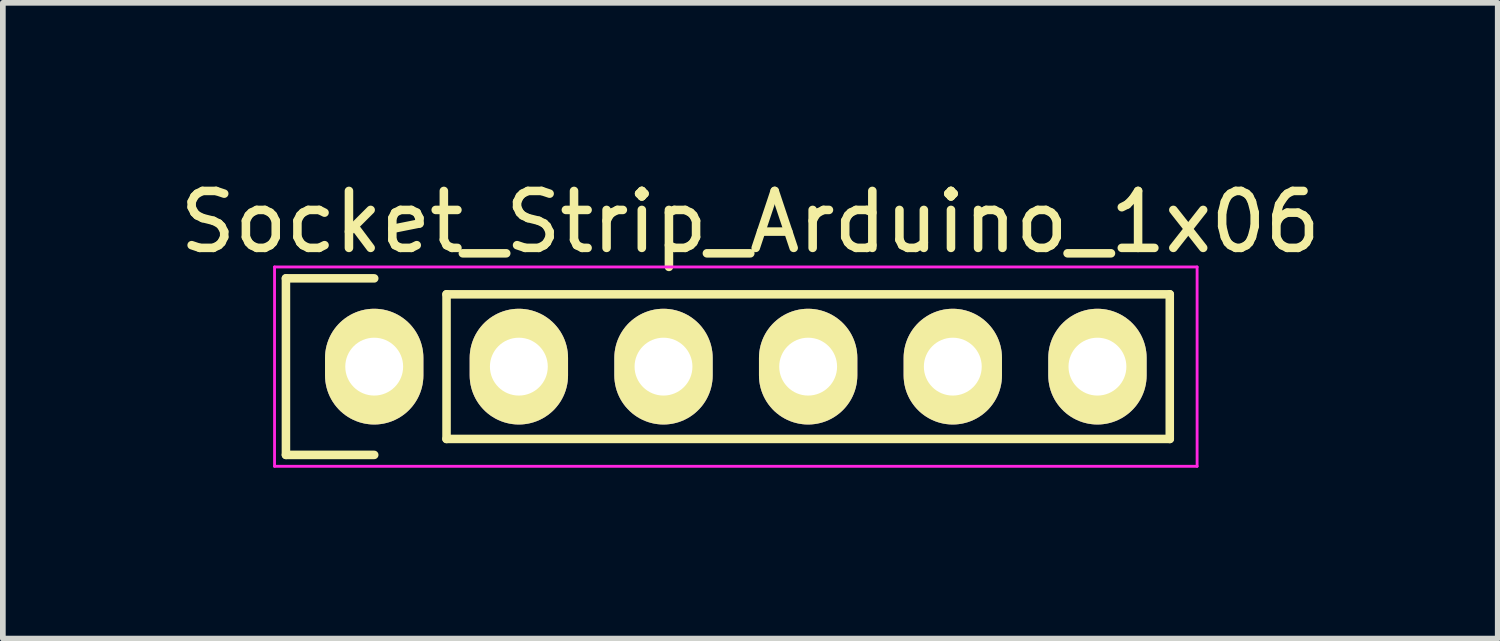
<source format=kicad_pcb>
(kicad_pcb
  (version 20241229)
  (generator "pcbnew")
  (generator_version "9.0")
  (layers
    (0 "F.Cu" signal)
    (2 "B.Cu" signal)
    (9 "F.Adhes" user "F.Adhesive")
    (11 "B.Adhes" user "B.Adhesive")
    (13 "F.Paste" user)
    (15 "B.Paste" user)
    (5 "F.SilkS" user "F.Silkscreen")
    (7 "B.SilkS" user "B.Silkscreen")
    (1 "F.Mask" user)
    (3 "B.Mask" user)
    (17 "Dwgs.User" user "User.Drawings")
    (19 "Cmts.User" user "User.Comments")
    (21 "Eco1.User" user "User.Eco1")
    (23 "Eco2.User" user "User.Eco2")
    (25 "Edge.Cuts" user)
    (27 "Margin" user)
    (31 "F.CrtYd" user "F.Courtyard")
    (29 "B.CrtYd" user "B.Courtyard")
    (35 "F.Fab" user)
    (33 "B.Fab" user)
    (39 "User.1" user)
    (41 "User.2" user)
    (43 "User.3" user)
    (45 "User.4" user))
  (footprint "Socket_Strip_Arduino_1x06"
    (layer "F.Cu")
    (at 3.521 3.388)
    (property "Reference" "Socket_Strip_Arduino_1x06" (at 6.604 -2.54 0) (layer "F.SilkS") (effects (font (size 1 1) (thickness 0.15))))
    (attr through_hole)
    (fp_line (start -1.55 -1.55) (end -1.55 1.55) (stroke (width 0.15) (type solid)) (layer "F.SilkS"))
    (fp_line (start -1.55 1.55) (end 0 1.55) (stroke (width 0.15) (type solid)) (layer "F.SilkS"))
    (fp_line (start 0 -1.55) (end -1.55 -1.55) (stroke (width 0.15) (type solid)) (layer "F.SilkS"))
    (fp_line (start 1.27 1.27) (end 1.27 -1.27) (stroke (width 0.15) (type solid)) (layer "F.SilkS"))
    (fp_line (start 1.27 1.27) (end 13.97 1.27) (stroke (width 0.15) (type solid)) (layer "F.SilkS"))
    (fp_line (start 13.97 -1.27) (end 1.27 -1.27) (stroke (width 0.15) (type solid)) (layer "F.SilkS"))
    (fp_line (start 13.97 1.27) (end 13.97 -1.27) (stroke (width 0.15) (type solid)) (layer "F.SilkS"))
    (fp_line (start -1.75 -1.75) (end -1.75 1.75) (stroke (width 0.05) (type solid)) (layer "F.CrtYd"))
    (fp_line (start -1.75 -1.75) (end 14.45 -1.75) (stroke (width 0.05) (type solid)) (layer "F.CrtYd"))
    (fp_line (start -1.75 1.75) (end 14.45 1.75) (stroke (width 0.05) (type solid)) (layer "F.CrtYd"))
    (fp_line (start 14.45 -1.75) (end 14.45 1.75) (stroke (width 0.05) (type solid)) (layer "F.CrtYd"))
    (pad "1" thru_hole oval (at 0 0) (size 1.727 2.032) (drill 1.016) (layers "*.Cu" "*.Mask" "F.SilkS"))
    (pad "2" thru_hole oval (at 2.54 0) (size 1.727 2.032) (drill 1.016) (layers "*.Cu" "*.Mask" "F.SilkS"))
    (pad "3" thru_hole oval (at 5.08 0) (size 1.727 2.032) (drill 1.016) (layers "*.Cu" "*.Mask" "F.SilkS"))
    (pad "4" thru_hole oval (at 7.62 0) (size 1.727 2.032) (drill 1.016) (layers "*.Cu" "*.Mask" "F.SilkS"))
    (pad "5" thru_hole oval (at 10.16 0) (size 1.727 2.032) (drill 1.016) (layers "*.Cu" "*.Mask" "F.SilkS"))
    (pad "6" thru_hole oval (at 12.7 0) (size 1.727 2.032) (drill 1.016) (layers "*.Cu" "*.Mask" "F.SilkS")))
  (gr_rect
    (start -3 -3)
    (end 23.25 8.163)
    (stroke (width 0.1) (type default))
    (fill no)
    (layer "Edge.Cuts")))
</source>
